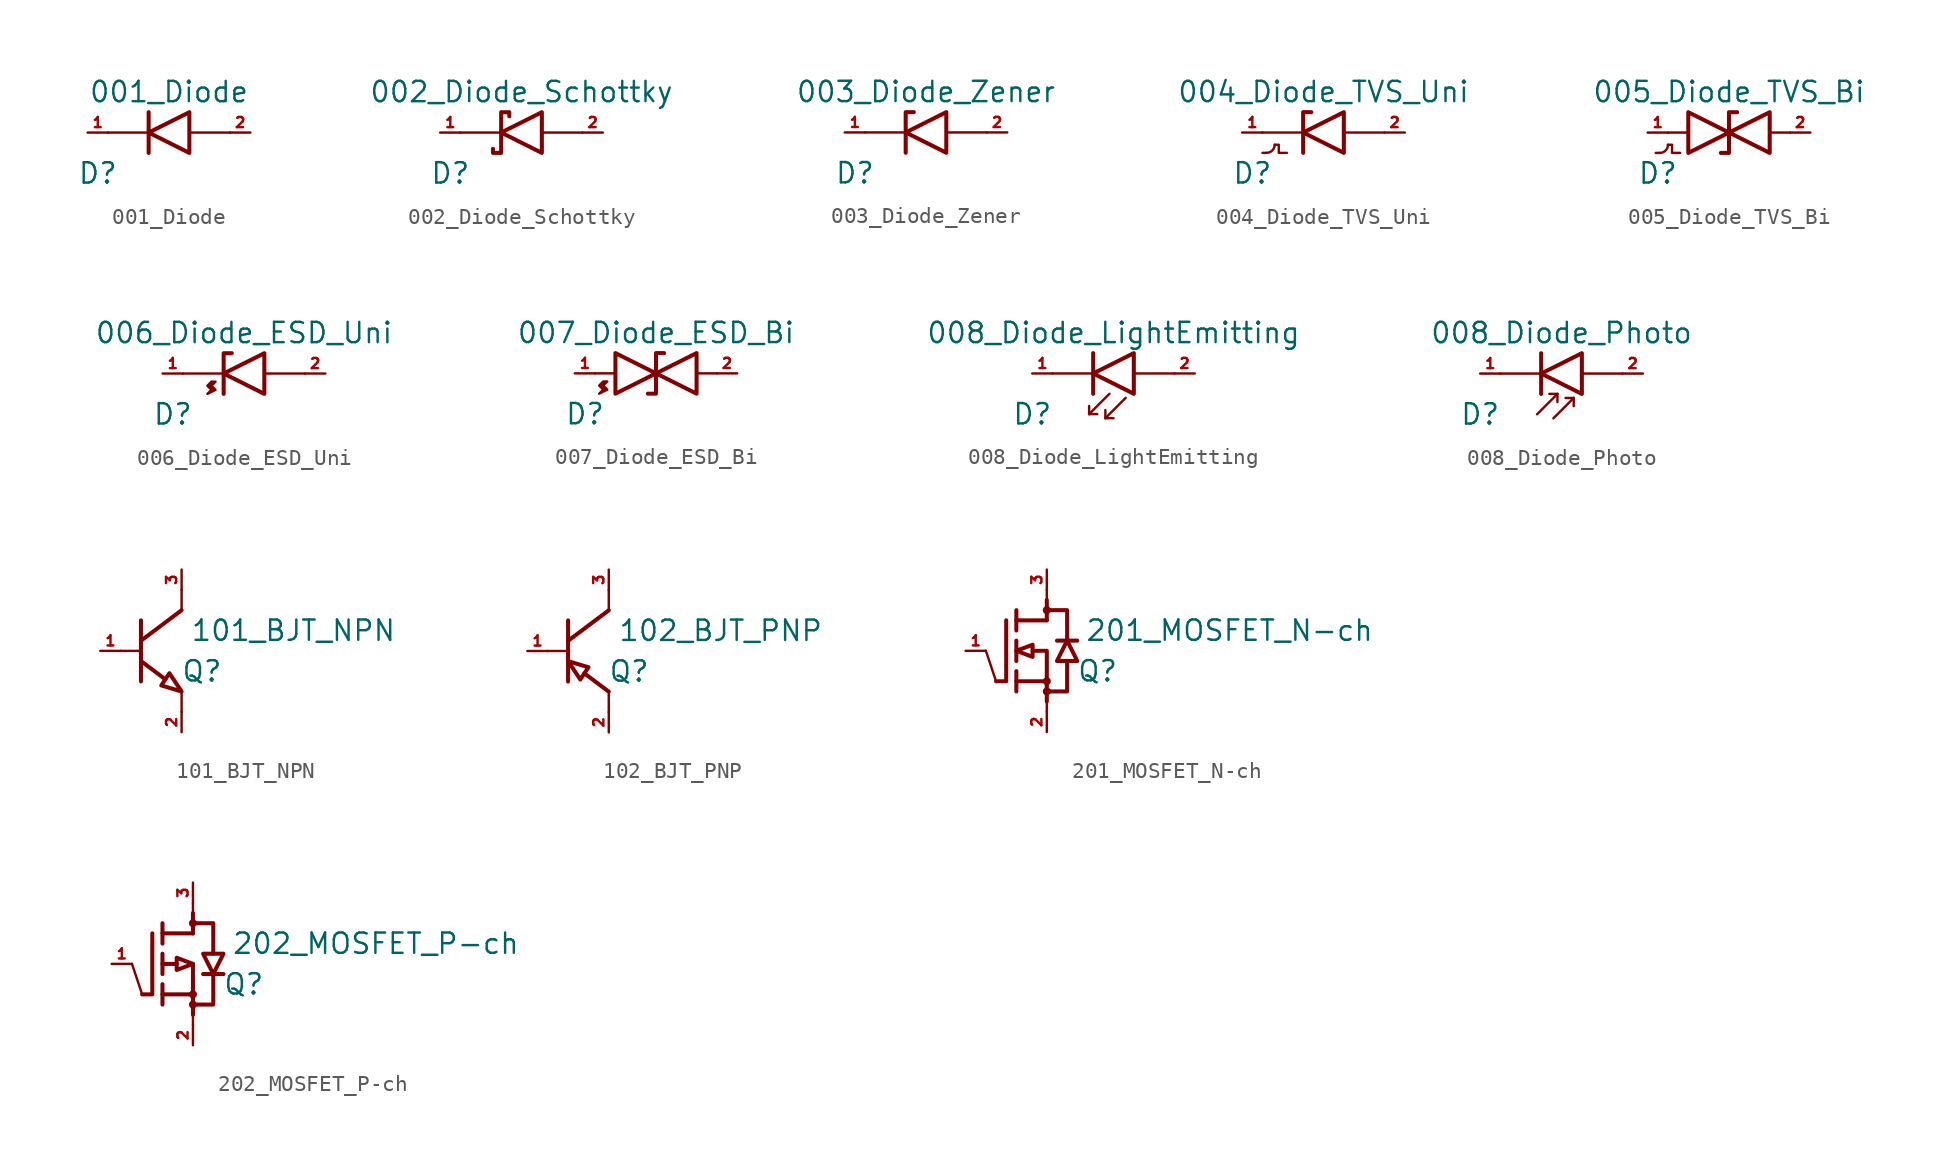
<source format=kicad_sym>
(kicad_symbol_lib
  (version 20220914)
  (generator kicad_symbol_editor)
  (symbol "001_Diode"
    (pin_names
      (offset 1.016) hide)
    (property "Reference" "D"
      (at -4.445 -2.54 0)
      (effects (font (size 1.27 1.27))))
    (property "Value" "001_Diode"
      (at 0 2.54 0)
      (effects (font (size 1.27 1.27))))
    (symbol "001_Diode_0_1"
      (polyline (pts (xy -3.81 0) (xy -1.27 0)) (stroke (width 0) (type default)) (fill (type none)))
      (polyline (pts (xy 1.27 0) (xy 3.81 0)) (stroke (width 0) (type default)) (fill (type none))))
    (symbol "001_Diode_1_1"
      (polyline (pts (xy -1.27 1.27) (xy -1.27 -1.27)) (stroke (width 0.254) (type default)) (fill (type none)))
      (polyline (pts (xy 1.27 1.27) (xy -1.27 0) (xy 1.27 -1.27) (xy 1.27 1.27)) (stroke (width 0.254) (type default)) (fill (type none)))
      (pin passive line (at -5.08 0 0) (length 1.27) (name "Cathode" (effects (font (size 0.635 0.635)))) (number "1" (effects (font (size 0.635 0.635)))))
      (pin passive line (at 5.08 0 180) (length 1.27) (name "Anode" (effects (font (size 0.635 0.635)))) (number "2" (effects (font (size 0.635 0.635)))))))
  (symbol "002_Diode_Schottky"
    (pin_names
      (offset 1.016) hide)
    (property "Reference" "D"
      (at -4.445 -2.54 0)
      (effects (font (size 1.27 1.27))))
    (property "Value" "002_Diode_Schottky"
      (at 0 2.54 0)
      (effects (font (size 1.27 1.27))))
    (symbol "002_Diode_Schottky_0_1"
      (polyline (pts (xy -3.81 0) (xy -1.27 0)) (stroke (width 0) (type default)) (fill (type none)))
      (polyline (pts (xy 1.27 0) (xy 3.81 0)) (stroke (width 0) (type default)) (fill (type none))))
    (symbol "002_Diode_Schottky_1_1"
      (polyline (pts (xy 1.27 1.27) (xy -1.27 0) (xy 1.27 -1.27) (xy 1.27 1.27)) (stroke (width 0.254) (type default)) (fill (type none)))
      (polyline (pts (xy -0.762 1.016) (xy -0.762 1.27) (xy -1.27 1.27) (xy -1.27 -1.27) (xy -1.778 -1.27) (xy -1.778 -1.016)) (stroke (width 0.254) (type default)) (fill (type none)))
      (pin passive line (at -5.08 0 0) (length 1.27) (name "Cathode" (effects (font (size 0.635 0.635)))) (number "1" (effects (font (size 0.635 0.635)))))
      (pin passive line (at 5.08 0 180) (length 1.27) (name "Anode" (effects (font (size 0.635 0.635)))) (number "2" (effects (font (size 0.635 0.635)))))))
  (symbol "003_Diode_Zener"
    (pin_names
      (offset 1.016) hide)
    (property "Reference" "D"
      (at -4.445 -2.54 0)
      (effects (font (size 1.27 1.27))))
    (property "Value" "003_Diode_Zener"
      (at 0 2.54 0)
      (effects (font (size 1.27 1.27))))
    (symbol "003_Diode_Zener_0_1"
      (polyline (pts (xy -3.81 0) (xy -1.27 0)) (stroke (width 0) (type default)) (fill (type none)))
      (polyline (pts (xy 1.27 0) (xy 3.81 0)) (stroke (width 0) (type default)) (fill (type none))))
    (symbol "003_Diode_Zener_1_1"
      (polyline (pts (xy -0.762 1.27) (xy -1.27 1.27) (xy -1.27 -1.27)) (stroke (width 0.254) (type default)) (fill (type none)))
      (polyline (pts (xy 1.27 1.27) (xy -1.27 0) (xy 1.27 -1.27) (xy 1.27 1.27)) (stroke (width 0.254) (type default)) (fill (type none)))
      (pin passive line (at -5.08 0 0) (length 1.27) (name "Cathode" (effects (font (size 0.635 0.635)))) (number "1" (effects (font (size 0.635 0.635)))))
      (pin passive line (at 5.08 0 180) (length 1.27) (name "Anode" (effects (font (size 0.635 0.635)))) (number "2" (effects (font (size 0.635 0.635)))))))
  (symbol "004_Diode_TVS_Uni"
    (pin_names
      (offset 1.016) hide)
    (property "Reference" "D"
      (at -4.445 -2.54 0)
      (effects (font (size 1.27 1.27))))
    (property "Value" "004_Diode_TVS_Uni"
      (at 0 2.54 0)
      (effects (font (size 1.27 1.27))))
    (symbol "004_Diode_TVS_Uni_0_1"
      (arc (start -3.556 -1.27) (mid -3.1968 -1.1212) (end -3.048 -0.762) (stroke (width 0) (type default)) (fill (type none)))
      (polyline (pts (xy -3.81 -1.27) (xy -3.556 -1.27)) (stroke (width 0) (type default)) (fill (type none)))
      (polyline (pts (xy -3.81 0) (xy -1.27 0)) (stroke (width 0) (type default)) (fill (type none)))
      (polyline (pts (xy 1.27 0) (xy 3.81 0)) (stroke (width 0) (type default)) (fill (type none)))
      (polyline (pts (xy -3.048 -0.762) (xy -2.794 -0.762) (xy -2.794 -1.27) (xy -2.286 -1.27)) (stroke (width 0) (type default)) (fill (type none))))
    (symbol "004_Diode_TVS_Uni_1_1"
      (polyline (pts (xy -0.762 1.27) (xy -1.27 1.27) (xy -1.27 -1.27)) (stroke (width 0.254) (type default)) (fill (type none)))
      (polyline (pts (xy 1.27 1.27) (xy -1.27 0) (xy 1.27 -1.27) (xy 1.27 1.27)) (stroke (width 0.254) (type default)) (fill (type none)))
      (pin passive line (at -5.08 0 0) (length 1.27) (name "Cathode" (effects (font (size 0.635 0.635)))) (number "1" (effects (font (size 0.635 0.635)))))
      (pin passive line (at 5.08 0 180) (length 1.27) (name "Anode" (effects (font (size 0.635 0.635)))) (number "2" (effects (font (size 0.635 0.635)))))))
  (symbol "005_Diode_TVS_Bi"
    (pin_names
      (offset 1.016) hide)
    (property "Reference" "D"
      (at -4.445 -2.54 0)
      (effects (font (size 1.27 1.27))))
    (property "Value" "005_Diode_TVS_Bi"
      (at 0 2.54 0)
      (effects (font (size 1.27 1.27))))
    (symbol "005_Diode_TVS_Bi_0_1"
      (arc (start -4.318 -1.27) (mid -3.9588 -1.1212) (end -3.81 -0.762) (stroke (width 0) (type default)) (fill (type none)))
      (polyline (pts (xy -4.572 -1.27) (xy -4.318 -1.27)) (stroke (width 0) (type default)) (fill (type none)))
      (polyline (pts (xy -3.81 0) (xy -2.54 0)) (stroke (width 0) (type default)) (fill (type none)))
      (polyline (pts (xy 2.54 0) (xy 3.81 0)) (stroke (width 0) (type default)) (fill (type none)))
      (polyline (pts (xy -3.81 -0.762) (xy -3.556 -0.762) (xy -3.556 -1.27) (xy -3.048 -1.27)) (stroke (width 0) (type default)) (fill (type none))))
    (symbol "005_Diode_TVS_Bi_1_1"
      (polyline (pts (xy -2.54 -1.27) (xy 0 0) (xy -2.54 1.27) (xy -2.54 -1.27)) (stroke (width 0.254) (type default)) (fill (type none)))
      (polyline (pts (xy 0.508 1.27) (xy 0 1.27) (xy 0 -1.27) (xy -0.508 -1.27)) (stroke (width 0.254) (type default)) (fill (type none)))
      (polyline (pts (xy 2.54 1.27) (xy 0 0) (xy 2.54 -1.27) (xy 2.54 1.27)) (stroke (width 0.254) (type default)) (fill (type none)))
      (pin passive line (at -5.08 0 0) (length 1.27) (name "Cathode" (effects (font (size 0.635 0.635)))) (number "1" (effects (font (size 0.635 0.635)))))
      (pin passive line (at 5.08 0 180) (length 1.27) (name "Anode" (effects (font (size 0.635 0.635)))) (number "2" (effects (font (size 0.635 0.635)))))))
  (symbol "006_Diode_ESD_Uni"
    (pin_names
      (offset 1.016) hide)
    (property "Reference" "D"
      (at -4.445 -2.54 0)
      (effects (font (size 1.27 1.27))))
    (property "Value" "006_Diode_ESD_Uni"
      (at 0 2.54 0)
      (effects (font (size 1.27 1.27))))
    (symbol "006_Diode_ESD_Uni_0_1"
      (polyline (pts (xy -3.81 0) (xy -1.27 0)) (stroke (width 0) (type default)) (fill (type none)))
      (polyline (pts (xy 1.27 0) (xy 3.81 0)) (stroke (width 0) (type default)) (fill (type none)))
      (polyline (pts (xy -2.032 -0.508) (xy -1.778 -0.508) (xy -2.032 -0.762) (xy -1.778 -1.016) (xy -2.286 -1.27) (xy -2.032 -1.016) (xy -2.286 -0.762) (xy -2.032 -0.508)) (stroke (width 0) (type default)) (fill (type outline))))
    (symbol "006_Diode_ESD_Uni_1_1"
      (polyline (pts (xy -0.762 1.27) (xy -1.27 1.27) (xy -1.27 -1.27)) (stroke (width 0.254) (type default)) (fill (type none)))
      (polyline (pts (xy 1.27 1.27) (xy -1.27 0) (xy 1.27 -1.27) (xy 1.27 1.27)) (stroke (width 0.254) (type default)) (fill (type none)))
      (pin passive line (at -5.08 0 0) (length 1.27) (name "Cathode" (effects (font (size 0.635 0.635)))) (number "1" (effects (font (size 0.635 0.635)))))
      (pin passive line (at 5.08 0 180) (length 1.27) (name "Anode" (effects (font (size 0.635 0.635)))) (number "2" (effects (font (size 0.635 0.635)))))))
  (symbol "007_Diode_ESD_Bi"
    (pin_names
      (offset 1.016) hide)
    (property "Reference" "D"
      (at -4.445 -2.54 0)
      (effects (font (size 1.27 1.27))))
    (property "Value" "007_Diode_ESD_Bi"
      (at 0 2.54 0)
      (effects (font (size 1.27 1.27))))
    (symbol "007_Diode_ESD_Bi_0_1"
      (polyline (pts (xy -3.81 0) (xy -2.54 0)) (stroke (width 0) (type default)) (fill (type none)))
      (polyline (pts (xy 2.54 0) (xy 3.81 0)) (stroke (width 0) (type default)) (fill (type none)))
      (polyline (pts (xy -3.302 -0.508) (xy -3.048 -0.508) (xy -3.302 -0.762) (xy -3.048 -1.016) (xy -3.556 -1.27) (xy -3.302 -1.016) (xy -3.556 -0.762) (xy -3.302 -0.508)) (stroke (width 0) (type default)) (fill (type outline))))
    (symbol "007_Diode_ESD_Bi_1_1"
      (polyline (pts (xy -2.54 -1.27) (xy 0 0) (xy -2.54 1.27) (xy -2.54 -1.27)) (stroke (width 0.254) (type default)) (fill (type none)))
      (polyline (pts (xy 0.508 1.27) (xy 0 1.27) (xy 0 -1.27) (xy -0.508 -1.27)) (stroke (width 0.254) (type default)) (fill (type none)))
      (polyline (pts (xy 2.54 1.27) (xy 0 0) (xy 2.54 -1.27) (xy 2.54 1.27)) (stroke (width 0.254) (type default)) (fill (type none)))
      (pin passive line (at -5.08 0 0) (length 1.27) (name "Cathode" (effects (font (size 0.635 0.635)))) (number "1" (effects (font (size 0.635 0.635)))))
      (pin passive line (at 5.08 0 180) (length 1.27) (name "Anode" (effects (font (size 0.635 0.635)))) (number "2" (effects (font (size 0.635 0.635)))))))
  (symbol "008_Diode_LightEmitting"
    (pin_names hide)
    (property "Reference" "D"
      (at -5.08 -2.54 0)
      (effects (font (size 1.27 1.27))))
    (property "Value" "008_Diode_LightEmitting"
      (at 0 2.54 0)
      (effects (font (size 1.27 1.27))))
    (symbol "008_Diode_LightEmitting_0_1"
      (polyline (pts (xy -3.81 0) (xy -1.27 0)) (stroke (width 0) (type default)) (fill (type none)))
      (polyline (pts (xy -1.524 -2.54) (xy -1.524 -2.032)) (stroke (width 0.152) (type default)) (fill (type none)))
      (polyline (pts (xy -1.524 -2.54) (xy -1.016 -2.54)) (stroke (width 0.152) (type default)) (fill (type none)))
      (polyline (pts (xy -0.508 -2.794) (xy -0.508 -2.286)) (stroke (width 0.152) (type default)) (fill (type none)))
      (polyline (pts (xy -0.508 -2.794) (xy 0 -2.794)) (stroke (width 0.152) (type default)) (fill (type none)))
      (polyline (pts (xy -0.254 -1.27) (xy -1.524 -2.54)) (stroke (width 0.152) (type default)) (fill (type none)))
      (polyline (pts (xy 0.762 -1.524) (xy -0.508 -2.794)) (stroke (width 0.152) (type default)) (fill (type none)))
      (polyline (pts (xy 1.27 0) (xy 3.81 0)) (stroke (width 0) (type default)) (fill (type none))))
    (symbol "008_Diode_LightEmitting_1_1"
      (polyline (pts (xy -1.27 1.27) (xy -1.27 -1.27)) (stroke (width 0.254) (type default)) (fill (type none)))
      (polyline (pts (xy 1.27 1.27) (xy -1.27 0) (xy 1.27 -1.27) (xy 1.27 1.27)) (stroke (width 0.254) (type default)) (fill (type none)))
      (pin passive line (at -5.08 0 0) (length 1.27) (name "Cathode" (effects (font (size 0.635 0.635)))) (number "1" (effects (font (size 0.635 0.635)))))
      (pin passive line (at 5.08 0 180) (length 1.27) (name "Anode" (effects (font (size 0.635 0.635)))) (number "2" (effects (font (size 0.635 0.635)))))))
  (symbol "008_Diode_Photo"
    (pin_names hide)
    (property "Reference" "D"
      (at -5.08 -2.54 0)
      (effects (font (size 1.27 1.27))))
    (property "Value" "008_Diode_Photo"
      (at 0 2.54 0)
      (effects (font (size 1.27 1.27))))
    (symbol "008_Diode_Photo_0_1"
      (polyline (pts (xy -3.81 0) (xy -1.27 0)) (stroke (width 0) (type default)) (fill (type none)))
      (polyline (pts (xy -0.254 -1.27) (xy -1.524 -2.54)) (stroke (width 0.152) (type default)) (fill (type none)))
      (polyline (pts (xy -0.254 -1.27) (xy -0.762 -1.27)) (stroke (width 0.152) (type default)) (fill (type none)))
      (polyline (pts (xy -0.254 -1.27) (xy -0.254 -1.778)) (stroke (width 0.152) (type default)) (fill (type none)))
      (polyline (pts (xy 0.762 -1.524) (xy -0.508 -2.794)) (stroke (width 0.152) (type default)) (fill (type none)))
      (polyline (pts (xy 0.762 -1.524) (xy 0.254 -1.524)) (stroke (width 0.152) (type default)) (fill (type none)))
      (polyline (pts (xy 0.762 -1.524) (xy 0.762 -2.032)) (stroke (width 0.152) (type default)) (fill (type none)))
      (polyline (pts (xy 1.27 0) (xy 3.81 0)) (stroke (width 0) (type default)) (fill (type none))))
    (symbol "008_Diode_Photo_1_1"
      (polyline (pts (xy -1.27 1.27) (xy -1.27 -1.27)) (stroke (width 0.254) (type default)) (fill (type none)))
      (polyline (pts (xy 1.27 1.27) (xy -1.27 0) (xy 1.27 -1.27) (xy 1.27 1.27)) (stroke (width 0.254) (type default)) (fill (type none)))
      (pin passive line (at -5.08 0 0) (length 1.27) (name "Cathode" (effects (font (size 0.635 0.635)))) (number "1" (effects (font (size 0.635 0.635)))))
      (pin passive line (at 5.08 0 180) (length 1.27) (name "Anode" (effects (font (size 0.635 0.635)))) (number "2" (effects (font (size 0.635 0.635)))))))
  (symbol "101_BJT_NPN"
    (pin_names
      (offset 1.016) hide)
    (property "Reference" "Q"
      (at 1.27 -1.27 0)
      (effects (font (size 1.27 1.27))))
    (property "Value" "101_BJT_NPN"
      (at 6.985 1.27 0)
      (effects (font (size 1.27 1.27))))
    (symbol "101_BJT_NPN_0_1"
      (polyline (pts (xy -3.81 0) (xy -2.54 0)) (stroke (width 0) (type default)) (fill (type none)))
      (polyline (pts (xy 0 -3.81) (xy 0 -2.54)) (stroke (width 0) (type default)) (fill (type none)))
      (polyline (pts (xy 0 3.81) (xy 0 2.54)) (stroke (width 0) (type default)) (fill (type none))))
    (symbol "101_BJT_NPN_1_1"
      (polyline (pts (xy -2.54 0.635) (xy 0 2.54)) (stroke (width 0.254) (type default)) (fill (type none)))
      (polyline (pts (xy -2.54 1.905) (xy -2.54 -1.905)) (stroke (width 0.254) (type default)) (fill (type none)))
      (polyline (pts (xy -1.016 -1.778) (xy -2.54 -0.635)) (stroke (width 0.254) (type default)) (fill (type none)))
      (polyline (pts (xy -0.762 -1.397) (xy -1.27 -2.159) (xy 0 -2.54) (xy -0.762 -1.397)) (stroke (width 0.254) (type default)) (fill (type none)))
      (pin passive line (at -5.08 0 0) (length 1.27) (name "Base" (effects (font (size 0.635 0.635)))) (number "1" (effects (font (size 0.635 0.635)))))
      (pin passive line (at 0 -5.08 90) (length 1.27) (name "Emitter" (effects (font (size 0.635 0.635)))) (number "2" (effects (font (size 0.635 0.635)))))
      (pin passive line (at 0 5.08 270) (length 1.27) (name "Collector" (effects (font (size 0.635 0.635)))) (number "3" (effects (font (size 0.635 0.635)))))))
  (symbol "102_BJT_PNP"
    (pin_names
      (offset 1.016) hide)
    (property "Reference" "Q"
      (at 1.27 -1.27 0)
      (effects (font (size 1.27 1.27))))
    (property "Value" "102_BJT_PNP"
      (at 6.985 1.27 0)
      (effects (font (size 1.27 1.27))))
    (symbol "102_BJT_PNP_0_1"
      (polyline (pts (xy -3.81 0) (xy -2.54 0)) (stroke (width 0) (type default)) (fill (type none)))
      (polyline (pts (xy 0 -3.81) (xy 0 -2.54)) (stroke (width 0) (type default)) (fill (type none)))
      (polyline (pts (xy 0 3.81) (xy 0 2.54)) (stroke (width 0) (type default)) (fill (type none))))
    (symbol "102_BJT_PNP_1_1"
      (polyline (pts (xy -2.54 0.635) (xy 0 2.54)) (stroke (width 0.254) (type default)) (fill (type none)))
      (polyline (pts (xy -2.54 1.905) (xy -2.54 -1.905)) (stroke (width 0.254) (type default)) (fill (type none)))
      (polyline (pts (xy -1.524 -1.397) (xy 0 -2.54)) (stroke (width 0.254) (type default)) (fill (type none)))
      (polyline (pts (xy -1.778 -1.778) (xy -1.27 -1.016) (xy -2.54 -0.635) (xy -1.778 -1.778)) (stroke (width 0.254) (type default)) (fill (type none)))
      (pin passive line (at -5.08 0 0) (length 1.27) (name "Base" (effects (font (size 0.635 0.635)))) (number "1" (effects (font (size 0.635 0.635)))))
      (pin passive line (at 0 -5.08 90) (length 1.27) (name "Emitter" (effects (font (size 0.635 0.635)))) (number "2" (effects (font (size 0.635 0.635)))))
      (pin passive line (at 0 5.08 270) (length 1.27) (name "Collector" (effects (font (size 0.635 0.635)))) (number "3" (effects (font (size 0.635 0.635)))))))
  (symbol "201_MOSFET_N-ch"
    (pin_names
      (offset 1.016) hide)
    (property "Reference" "Q"
      (at 3.175 -1.27 0)
      (effects (font (size 1.27 1.27))))
    (property "Value" "201_MOSFET_N-ch"
      (at 11.43 1.27 0)
      (effects (font (size 1.27 1.27))))
    (symbol "201_MOSFET_N-ch_1_1"
      (circle (center 0 -2.54) (radius 0.127) (stroke (width 0.254) (type default)) (fill (type outline)))
      (circle (center 0 -1.905) (radius 0.127) (stroke (width 0.254) (type default)) (fill (type outline)))
      (polyline (pts (xy -3.175 -1.905) (xy -3.81 0)) (stroke (width 0) (type default)) (fill (type none)))
      (polyline (pts (xy -1.905 -1.905) (xy 0 -1.905)) (stroke (width 0.254) (type default)) (fill (type none)))
      (polyline (pts (xy -1.905 -1.27) (xy -1.905 -2.54)) (stroke (width 0.254) (type default)) (fill (type none)))
      (polyline (pts (xy -1.905 0.635) (xy -1.905 -0.635)) (stroke (width 0.254) (type default)) (fill (type none)))
      (polyline (pts (xy -1.905 1.905) (xy 0 1.905)) (stroke (width 0.254) (type default)) (fill (type none)))
      (polyline (pts (xy -1.905 2.54) (xy -1.905 1.27)) (stroke (width 0.254) (type default)) (fill (type none)))
      (polyline (pts (xy 0 -3.175) (xy 0 -3.81)) (stroke (width 0) (type default)) (fill (type none)))
      (polyline (pts (xy 0 -1.905) (xy 0 -3.175)) (stroke (width 0.254) (type default)) (fill (type none)))
      (polyline (pts (xy 0 3.175) (xy 0 1.905)) (stroke (width 0.254) (type default)) (fill (type none)))
      (polyline (pts (xy 0 3.175) (xy 0 3.81)) (stroke (width 0) (type default)) (fill (type none)))
      (polyline (pts (xy 0.635 0.635) (xy 1.905 0.635)) (stroke (width 0.254) (type default)) (fill (type none)))
      (polyline (pts (xy -2.54 1.905) (xy -2.54 -1.905) (xy -3.175 -1.905)) (stroke (width 0.254) (type default)) (fill (type none)))
      (polyline (pts (xy -0.889 0) (xy 0 0) (xy 0 -1.905)) (stroke (width 0.254) (type default)) (fill (type none)))
      (polyline (pts (xy 0 -2.54) (xy 1.27 -2.54) (xy 1.27 -0.635)) (stroke (width 0.254) (type default)) (fill (type none)))
      (polyline (pts (xy 0 2.54) (xy 1.27 2.54) (xy 1.27 0.635)) (stroke (width 0.254) (type default)) (fill (type none)))
      (polyline (pts (xy -1.905 0) (xy -0.889 0.381) (xy -0.889 -0.381) (xy -1.905 0)) (stroke (width 0.254) (type default)) (fill (type none)))
      (polyline (pts (xy 1.27 0.635) (xy 0.635 -0.635) (xy 1.905 -0.635) (xy 1.27 0.635)) (stroke (width 0.254) (type default)) (fill (type none)))
      (circle (center 0 2.54) (radius 0.127) (stroke (width 0.254) (type default)) (fill (type outline)))
      (pin passive line (at -5.08 0 0) (length 1.27) (name "Gate" (effects (font (size 0.635 0.635)))) (number "1" (effects (font (size 0.635 0.635)))))
      (pin passive line (at 0 -5.08 90) (length 1.27) (name "Source" (effects (font (size 0.635 0.635)))) (number "2" (effects (font (size 0.635 0.635)))))
      (pin passive line (at 0 5.08 270) (length 1.27) (name "Drain" (effects (font (size 0.635 0.635)))) (number "3" (effects (font (size 0.635 0.635)))))))
  (symbol "202_MOSFET_P-ch"
    (pin_names
      (offset 1.016) hide)
    (property "Reference" "Q"
      (at 3.175 -1.27 0)
      (effects (font (size 1.27 1.27))))
    (property "Value" "202_MOSFET_P-ch"
      (at 11.43 1.27 0)
      (effects (font (size 1.27 1.27))))
    (symbol "202_MOSFET_P-ch_0_1"
      (polyline (pts (xy -3.175 -1.905) (xy -3.81 0)) (stroke (width 0) (type default)) (fill (type none)))
      (polyline (pts (xy 0 -3.175) (xy 0 -3.81)) (stroke (width 0) (type default)) (fill (type none)))
      (polyline (pts (xy 0 3.81) (xy 0 3.175)) (stroke (width 0) (type default)) (fill (type none))))
    (symbol "202_MOSFET_P-ch_1_1"
      (circle (center 0 -2.54) (radius 0.127) (stroke (width 0.254) (type default)) (fill (type outline)))
      (circle (center 0 -1.905) (radius 0.127) (stroke (width 0.254) (type default)) (fill (type outline)))
      (polyline (pts (xy -1.905 -1.905) (xy 0 -1.905)) (stroke (width 0.254) (type default)) (fill (type none)))
      (polyline (pts (xy -1.905 -1.27) (xy -1.905 -2.54)) (stroke (width 0.254) (type default)) (fill (type none)))
      (polyline (pts (xy -1.905 0) (xy -1.016 0)) (stroke (width 0.254) (type default)) (fill (type none)))
      (polyline (pts (xy -1.905 0.635) (xy -1.905 -0.635)) (stroke (width 0.254) (type default)) (fill (type none)))
      (polyline (pts (xy -1.905 1.905) (xy 0 1.905)) (stroke (width 0.254) (type default)) (fill (type none)))
      (polyline (pts (xy -1.905 2.54) (xy -1.905 1.27)) (stroke (width 0.254) (type default)) (fill (type none)))
      (polyline (pts (xy 0 -1.905) (xy 0 -3.175)) (stroke (width 0.254) (type default)) (fill (type none)))
      (polyline (pts (xy 0 0) (xy 0 -1.905)) (stroke (width 0.254) (type default)) (fill (type none)))
      (polyline (pts (xy 0 3.175) (xy 0 1.905)) (stroke (width 0.254) (type default)) (fill (type none)))
      (polyline (pts (xy 0.635 -0.635) (xy 1.905 -0.635)) (stroke (width 0.254) (type default)) (fill (type none)))
      (polyline (pts (xy -2.54 1.905) (xy -2.54 -1.905) (xy -3.175 -1.905)) (stroke (width 0.254) (type default)) (fill (type none)))
      (polyline (pts (xy 0 -2.54) (xy 1.27 -2.54) (xy 1.27 -0.635)) (stroke (width 0.254) (type default)) (fill (type none)))
      (polyline (pts (xy 0 2.54) (xy 1.27 2.54) (xy 1.27 0.635)) (stroke (width 0.254) (type default)) (fill (type none)))
      (polyline (pts (xy 0 0) (xy -1.016 0.381) (xy -1.016 -0.381) (xy 0 0)) (stroke (width 0.254) (type default)) (fill (type none)))
      (polyline (pts (xy 0.635 0.635) (xy 1.905 0.635) (xy 1.27 -0.635) (xy 0.635 0.635)) (stroke (width 0.254) (type default)) (fill (type none)))
      (circle (center 0 2.54) (radius 0.127) (stroke (width 0.254) (type default)) (fill (type outline)))
      (pin passive line (at -5.08 0 0) (length 1.27) (name "Gate" (effects (font (size 0.635 0.635)))) (number "1" (effects (font (size 0.635 0.635)))))
      (pin passive line (at 0 -5.08 90) (length 1.27) (name "Source" (effects (font (size 0.635 0.635)))) (number "2" (effects (font (size 0.635 0.635)))))
      (pin passive line (at 0 5.08 270) (length 1.27) (name "Drain" (effects (font (size 0.635 0.635)))) (number "3" (effects (font (size 0.635 0.635))))))))
</source>
